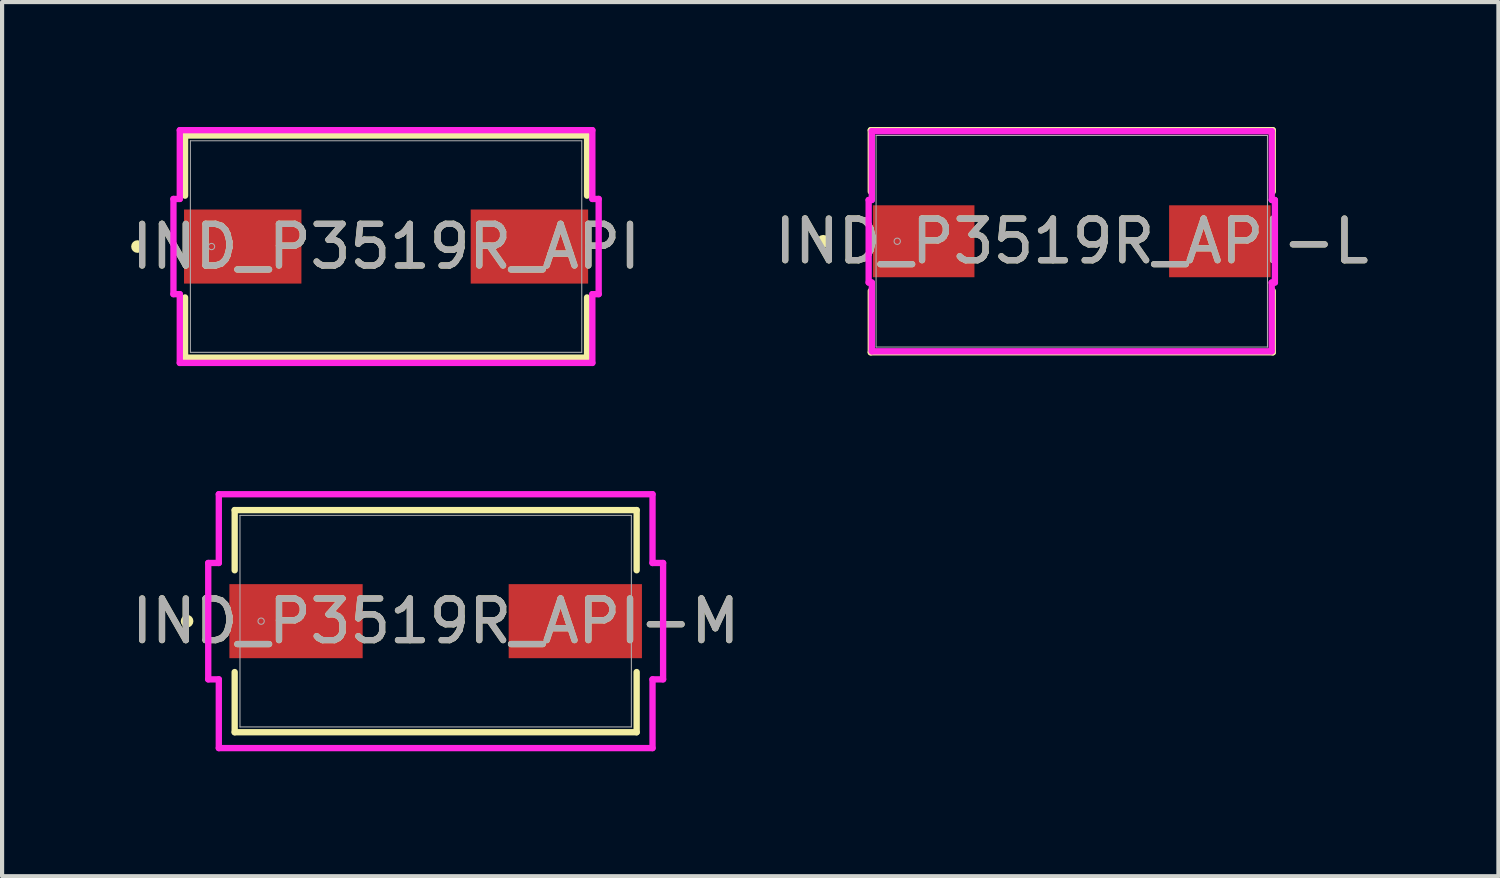
<source format=kicad_pcb>
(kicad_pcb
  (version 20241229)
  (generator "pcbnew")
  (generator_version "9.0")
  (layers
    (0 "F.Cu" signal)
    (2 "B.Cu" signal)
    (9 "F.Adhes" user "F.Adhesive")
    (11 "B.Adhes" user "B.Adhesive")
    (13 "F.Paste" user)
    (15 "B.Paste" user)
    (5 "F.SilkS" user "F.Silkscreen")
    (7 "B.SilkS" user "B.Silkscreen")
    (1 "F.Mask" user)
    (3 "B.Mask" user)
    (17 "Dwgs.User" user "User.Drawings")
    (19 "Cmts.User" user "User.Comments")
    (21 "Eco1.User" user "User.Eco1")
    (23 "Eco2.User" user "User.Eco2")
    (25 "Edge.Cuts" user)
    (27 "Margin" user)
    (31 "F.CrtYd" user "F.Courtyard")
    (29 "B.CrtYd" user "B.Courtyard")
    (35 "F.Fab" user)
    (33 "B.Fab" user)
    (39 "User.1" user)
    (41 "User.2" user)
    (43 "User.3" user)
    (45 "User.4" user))
  (footprint "IND_P3519R_API-M"
    (layer "F.Cu")
    (at 7.411 11.865)
    (property "Reference" "IND_P3519R_API-M" (at 0 0 0) (unlocked yes) (layer "F.SilkS") (effects (font (size 1 1) (thickness 0.15))))
    (attr smd)
    (fp_line (start -4.826 -2.667) (end -4.826 -1.222) (stroke (width 0.152) (type solid)) (layer "F.SilkS"))
    (fp_line (start -4.826 1.222) (end -4.826 2.667) (stroke (width 0.152) (type solid)) (layer "F.SilkS"))
    (fp_line (start -4.826 2.667) (end 4.826 2.667) (stroke (width 0.152) (type solid)) (layer "F.SilkS"))
    (fp_line (start 4.826 -2.667) (end -4.826 -2.667) (stroke (width 0.152) (type solid)) (layer "F.SilkS"))
    (fp_line (start 4.826 -1.222) (end 4.826 -2.667) (stroke (width 0.152) (type solid)) (layer "F.SilkS"))
    (fp_line (start 4.826 2.667) (end 4.826 1.222) (stroke (width 0.152) (type solid)) (layer "F.SilkS"))
    (fp_circle (center -5.969 0) (end -5.893 0) (stroke (width 0.152) (type solid)) (fill no) (layer "F.SilkS"))
    (fp_line (start -5.461 -1.397) (end -5.207 -1.397) (stroke (width 0.152) (type solid)) (layer "F.CrtYd"))
    (fp_line (start -5.461 1.397) (end -5.461 -1.397) (stroke (width 0.152) (type solid)) (layer "F.CrtYd"))
    (fp_line (start -5.207 -3.048) (end 5.207 -3.048) (stroke (width 0.152) (type solid)) (layer "F.CrtYd"))
    (fp_line (start -5.207 -1.397) (end -5.207 -3.048) (stroke (width 0.152) (type solid)) (layer "F.CrtYd"))
    (fp_line (start -5.207 1.397) (end -5.461 1.397) (stroke (width 0.152) (type solid)) (layer "F.CrtYd"))
    (fp_line (start -5.207 3.048) (end -5.207 1.397) (stroke (width 0.152) (type solid)) (layer "F.CrtYd"))
    (fp_line (start 5.207 -3.048) (end 5.207 -1.397) (stroke (width 0.152) (type solid)) (layer "F.CrtYd"))
    (fp_line (start 5.207 -1.397) (end 5.461 -1.397) (stroke (width 0.152) (type solid)) (layer "F.CrtYd"))
    (fp_line (start 5.207 1.397) (end 5.207 3.048) (stroke (width 0.152) (type solid)) (layer "F.CrtYd"))
    (fp_line (start 5.207 3.048) (end -5.207 3.048) (stroke (width 0.152) (type solid)) (layer "F.CrtYd"))
    (fp_line (start 5.461 -1.397) (end 5.461 1.397) (stroke (width 0.152) (type solid)) (layer "F.CrtYd"))
    (fp_line (start 5.461 1.397) (end 5.207 1.397) (stroke (width 0.152) (type solid)) (layer "F.CrtYd"))
    (fp_line (start -4.699 -2.54) (end -4.699 2.54) (stroke (width 0.025) (type solid)) (layer "F.Fab"))
    (fp_line (start -4.699 2.54) (end 4.699 2.54) (stroke (width 0.025) (type solid)) (layer "F.Fab"))
    (fp_line (start 4.699 -2.54) (end -4.699 -2.54) (stroke (width 0.025) (type solid)) (layer "F.Fab"))
    (fp_line (start 4.699 2.54) (end 4.699 -2.54) (stroke (width 0.025) (type solid)) (layer "F.Fab"))
    (fp_circle (center -4.191 0) (end -4.115 0) (stroke (width 0.025) (type solid)) (fill no) (layer "F.Fab"))
    (fp_text user "${REFERENCE}" (at 0 0 0) (unlocked yes) (layer "F.Fab") (effects (font (size 1 1) (thickness 0.15))))
    (pad "1" smd rect (at -3.353 0 90) (size 1.778 3.2) (layers "F.Cu" "F.Mask" "F.Paste"))
    (pad "2" smd rect (at 3.353 0 90) (size 1.778 3.2) (layers "F.Cu" "F.Mask" "F.Paste"))
    (zone (net_name "") (layer "F.Cu") (hatch full 0.508) (connect_pads) (min_thickness 0.254) (filled_areas_thickness no) (keepout (tracks not_allowed) (vias not_allowed) (pads allowed) (copperpour not_allowed) (footprints allowed)) (placement (enabled no)) (fill) (polygon (pts (xy 2.763 9.375) (xy 12.059 9.375) (xy 12.059 10.925) (xy 2.763 10.925))))
    (zone (net_name "") (layer "F.Cu") (hatch full 0.508) (connect_pads) (min_thickness 0.254) (filled_areas_thickness no) (keepout (tracks not_allowed) (vias not_allowed) (pads allowed) (copperpour not_allowed) (footprints allowed)) (placement (enabled no)) (fill) (polygon (pts (xy 2.763 12.804) (xy 12.059 12.804) (xy 12.059 14.354) (xy 2.763 14.354))))
    (zone (net_name "") (layer "F.Cu") (hatch full 0.508) (connect_pads) (min_thickness 0.254) (filled_areas_thickness no) (keepout (tracks not_allowed) (vias not_allowed) (pads allowed) (copperpour not_allowed) (footprints allowed)) (placement (enabled no)) (fill) (polygon (pts (xy 5.709 10.925) (xy 9.113 10.925) (xy 9.113 12.804) (xy 5.709 12.804)))))
  (footprint "IND_P3519R_API"
    (layer "F.Cu")
    (at 6.22 2.87)
    (property "Reference" "IND_P3519R_API" (at 0 0 0) (unlocked yes) (layer "F.SilkS") (effects (font (size 1 1) (thickness 0.15))))
    (attr smd)
    (fp_line (start -4.826 -2.667) (end -4.826 -1.222) (stroke (width 0.152) (type solid)) (layer "F.SilkS"))
    (fp_line (start -4.826 1.222) (end -4.826 2.667) (stroke (width 0.152) (type solid)) (layer "F.SilkS"))
    (fp_line (start -4.826 2.667) (end 4.826 2.667) (stroke (width 0.152) (type solid)) (layer "F.SilkS"))
    (fp_line (start 4.826 -2.667) (end -4.826 -2.667) (stroke (width 0.152) (type solid)) (layer "F.SilkS"))
    (fp_line (start 4.826 -1.222) (end 4.826 -2.667) (stroke (width 0.152) (type solid)) (layer "F.SilkS"))
    (fp_line (start 4.826 2.667) (end 4.826 1.222) (stroke (width 0.152) (type solid)) (layer "F.SilkS"))
    (fp_circle (center -5.969 0) (end -5.893 0) (stroke (width 0.152) (type solid)) (fill no) (layer "F.SilkS"))
    (fp_line (start -5.105 -1.143) (end -4.953 -1.143) (stroke (width 0.152) (type solid)) (layer "F.CrtYd"))
    (fp_line (start -5.105 1.143) (end -5.105 -1.143) (stroke (width 0.152) (type solid)) (layer "F.CrtYd"))
    (fp_line (start -4.953 -2.794) (end 4.953 -2.794) (stroke (width 0.152) (type solid)) (layer "F.CrtYd"))
    (fp_line (start -4.953 -1.143) (end -4.953 -2.794) (stroke (width 0.152) (type solid)) (layer "F.CrtYd"))
    (fp_line (start -4.953 1.143) (end -5.105 1.143) (stroke (width 0.152) (type solid)) (layer "F.CrtYd"))
    (fp_line (start -4.953 2.794) (end -4.953 1.143) (stroke (width 0.152) (type solid)) (layer "F.CrtYd"))
    (fp_line (start 4.953 -2.794) (end 4.953 -1.143) (stroke (width 0.152) (type solid)) (layer "F.CrtYd"))
    (fp_line (start 4.953 -1.143) (end 5.105 -1.143) (stroke (width 0.152) (type solid)) (layer "F.CrtYd"))
    (fp_line (start 4.953 1.143) (end 4.953 2.794) (stroke (width 0.152) (type solid)) (layer "F.CrtYd"))
    (fp_line (start 4.953 2.794) (end -4.953 2.794) (stroke (width 0.152) (type solid)) (layer "F.CrtYd"))
    (fp_line (start 5.105 -1.143) (end 5.105 1.143) (stroke (width 0.152) (type solid)) (layer "F.CrtYd"))
    (fp_line (start 5.105 1.143) (end 4.953 1.143) (stroke (width 0.152) (type solid)) (layer "F.CrtYd"))
    (fp_line (start -4.699 -2.54) (end -4.699 2.54) (stroke (width 0.025) (type solid)) (layer "F.Fab"))
    (fp_line (start -4.699 2.54) (end 4.699 2.54) (stroke (width 0.025) (type solid)) (layer "F.Fab"))
    (fp_line (start 4.699 -2.54) (end -4.699 -2.54) (stroke (width 0.025) (type solid)) (layer "F.Fab"))
    (fp_line (start 4.699 2.54) (end 4.699 -2.54) (stroke (width 0.025) (type solid)) (layer "F.Fab"))
    (fp_circle (center -4.191 0) (end -4.115 0) (stroke (width 0.025) (type solid)) (fill no) (layer "F.Fab"))
    (fp_text user "${REFERENCE}" (at 0 0 0) (unlocked yes) (layer "F.Fab") (effects (font (size 1 1) (thickness 0.15))))
    (pad "1" smd rect (at -3.442 0 90) (size 1.778 2.819) (layers "F.Cu" "F.Mask" "F.Paste"))
    (pad "2" smd rect (at 3.442 0 90) (size 1.778 2.819) (layers "F.Cu" "F.Mask" "F.Paste"))
    (zone (net_name "") (layer "F.Cu") (hatch full 0.508) (connect_pads) (min_thickness 0.254) (filled_areas_thickness no) (keepout (tracks not_allowed) (vias not_allowed) (pads allowed) (copperpour not_allowed) (footprints allowed)) (placement (enabled no)) (fill) (polygon (pts (xy 1.572 0.381) (xy 10.868 0.381) (xy 10.868 1.93) (xy 1.572 1.93))))
    (zone (net_name "") (layer "F.Cu") (hatch full 0.508) (connect_pads) (min_thickness 0.254) (filled_areas_thickness no) (keepout (tracks not_allowed) (vias not_allowed) (pads allowed) (copperpour not_allowed) (footprints allowed)) (placement (enabled no)) (fill) (polygon (pts (xy 1.572 3.81) (xy 10.868 3.81) (xy 10.868 5.359) (xy 1.572 5.359))))
    (zone (net_name "") (layer "F.Cu") (hatch full 0.508) (connect_pads) (min_thickness 0.254) (filled_areas_thickness no) (keepout (tracks not_allowed) (vias not_allowed) (pads allowed) (copperpour not_allowed) (footprints allowed)) (placement (enabled no)) (fill) (polygon (pts (xy 4.239 1.93) (xy 8.201 1.93) (xy 8.201 3.81) (xy 4.239 3.81)))))
  (footprint "IND_P3519R_API-L"
    (layer "F.Cu")
    (at 22.685 2.743)
    (property "Reference" "IND_P3519R_API-L" (at 0 0 0) (unlocked yes) (layer "F.SilkS") (effects (font (size 1 1) (thickness 0.15))))
    (attr smd)
    (fp_line (start -4.826 -2.667) (end -4.826 -1.192) (stroke (width 0.152) (type solid)) (layer "F.SilkS"))
    (fp_line (start -4.826 1.192) (end -4.826 2.667) (stroke (width 0.152) (type solid)) (layer "F.SilkS"))
    (fp_line (start -4.826 2.667) (end 4.826 2.667) (stroke (width 0.152) (type solid)) (layer "F.SilkS"))
    (fp_line (start 4.826 -2.667) (end -4.826 -2.667) (stroke (width 0.152) (type solid)) (layer "F.SilkS"))
    (fp_line (start 4.826 -1.192) (end 4.826 -2.667) (stroke (width 0.152) (type solid)) (layer "F.SilkS"))
    (fp_line (start 4.826 2.667) (end 4.826 1.192) (stroke (width 0.152) (type solid)) (layer "F.SilkS"))
    (fp_circle (center -5.969 0) (end -5.893 0) (stroke (width 0.152) (type solid)) (fill no) (layer "F.SilkS"))
    (fp_line (start -4.877 -0.991) (end -4.801 -0.991) (stroke (width 0.152) (type solid)) (layer "F.CrtYd"))
    (fp_line (start -4.877 0.991) (end -4.877 -0.991) (stroke (width 0.152) (type solid)) (layer "F.CrtYd"))
    (fp_line (start -4.801 -2.642) (end 4.801 -2.642) (stroke (width 0.152) (type solid)) (layer "F.CrtYd"))
    (fp_line (start -4.801 -0.991) (end -4.801 -2.642) (stroke (width 0.152) (type solid)) (layer "F.CrtYd"))
    (fp_line (start -4.801 0.991) (end -4.877 0.991) (stroke (width 0.152) (type solid)) (layer "F.CrtYd"))
    (fp_line (start -4.801 2.642) (end -4.801 0.991) (stroke (width 0.152) (type solid)) (layer "F.CrtYd"))
    (fp_line (start 4.801 -2.642) (end 4.801 -0.991) (stroke (width 0.152) (type solid)) (layer "F.CrtYd"))
    (fp_line (start 4.801 -0.991) (end 4.877 -0.991) (stroke (width 0.152) (type solid)) (layer "F.CrtYd"))
    (fp_line (start 4.801 0.991) (end 4.801 2.642) (stroke (width 0.152) (type solid)) (layer "F.CrtYd"))
    (fp_line (start 4.801 2.642) (end -4.801 2.642) (stroke (width 0.152) (type solid)) (layer "F.CrtYd"))
    (fp_line (start 4.877 -0.991) (end 4.877 0.991) (stroke (width 0.152) (type solid)) (layer "F.CrtYd"))
    (fp_line (start 4.877 0.991) (end 4.801 0.991) (stroke (width 0.152) (type solid)) (layer "F.CrtYd"))
    (fp_line (start -4.699 -2.54) (end -4.699 2.54) (stroke (width 0.025) (type solid)) (layer "F.Fab"))
    (fp_line (start -4.699 2.54) (end 4.699 2.54) (stroke (width 0.025) (type solid)) (layer "F.Fab"))
    (fp_line (start 4.699 -2.54) (end -4.699 -2.54) (stroke (width 0.025) (type solid)) (layer "F.Fab"))
    (fp_line (start 4.699 2.54) (end 4.699 -2.54) (stroke (width 0.025) (type solid)) (layer "F.Fab"))
    (fp_circle (center -4.191 0) (end -4.115 0) (stroke (width 0.025) (type solid)) (fill no) (layer "F.Fab"))
    (fp_text user "${REFERENCE}" (at 0 0 0) (unlocked yes) (layer "F.Fab") (effects (font (size 1 1) (thickness 0.15))))
    (pad "1" smd rect (at -3.556 0 90) (size 1.727 2.438) (layers "F.Cu" "F.Mask" "F.Paste"))
    (pad "2" smd rect (at 3.556 0 90) (size 1.727 2.438) (layers "F.Cu" "F.Mask" "F.Paste"))
    (zone (net_name "") (layer "F.Cu") (hatch full 0.508) (connect_pads) (min_thickness 0.254) (filled_areas_thickness no) (keepout (tracks not_allowed) (vias not_allowed) (pads allowed) (copperpour not_allowed) (footprints allowed)) (placement (enabled no)) (fill) (polygon (pts (xy 18.036 0.254) (xy 27.333 0.254) (xy 27.333 1.803) (xy 18.036 1.803))))
    (zone (net_name "") (layer "F.Cu") (hatch full 0.508) (connect_pads) (min_thickness 0.254) (filled_areas_thickness no) (keepout (tracks not_allowed) (vias not_allowed) (pads allowed) (copperpour not_allowed) (footprints allowed)) (placement (enabled no)) (fill) (polygon (pts (xy 18.036 3.683) (xy 27.333 3.683) (xy 27.333 5.232) (xy 18.036 5.232))))
    (zone (net_name "") (layer "F.Cu") (hatch full 0.508) (connect_pads) (min_thickness 0.254) (filled_areas_thickness no) (keepout (tracks not_allowed) (vias not_allowed) (pads allowed) (copperpour not_allowed) (footprints allowed)) (placement (enabled no)) (fill) (polygon (pts (xy 20.399 1.803) (xy 24.971 1.803) (xy 24.971 3.683) (xy 20.399 3.683)))))
  (gr_rect
    (start -3 -3)
    (end 32.929 17.989)
    (stroke (width 0.1) (type default))
    (fill no)
    (layer "Edge.Cuts")))
</source>
